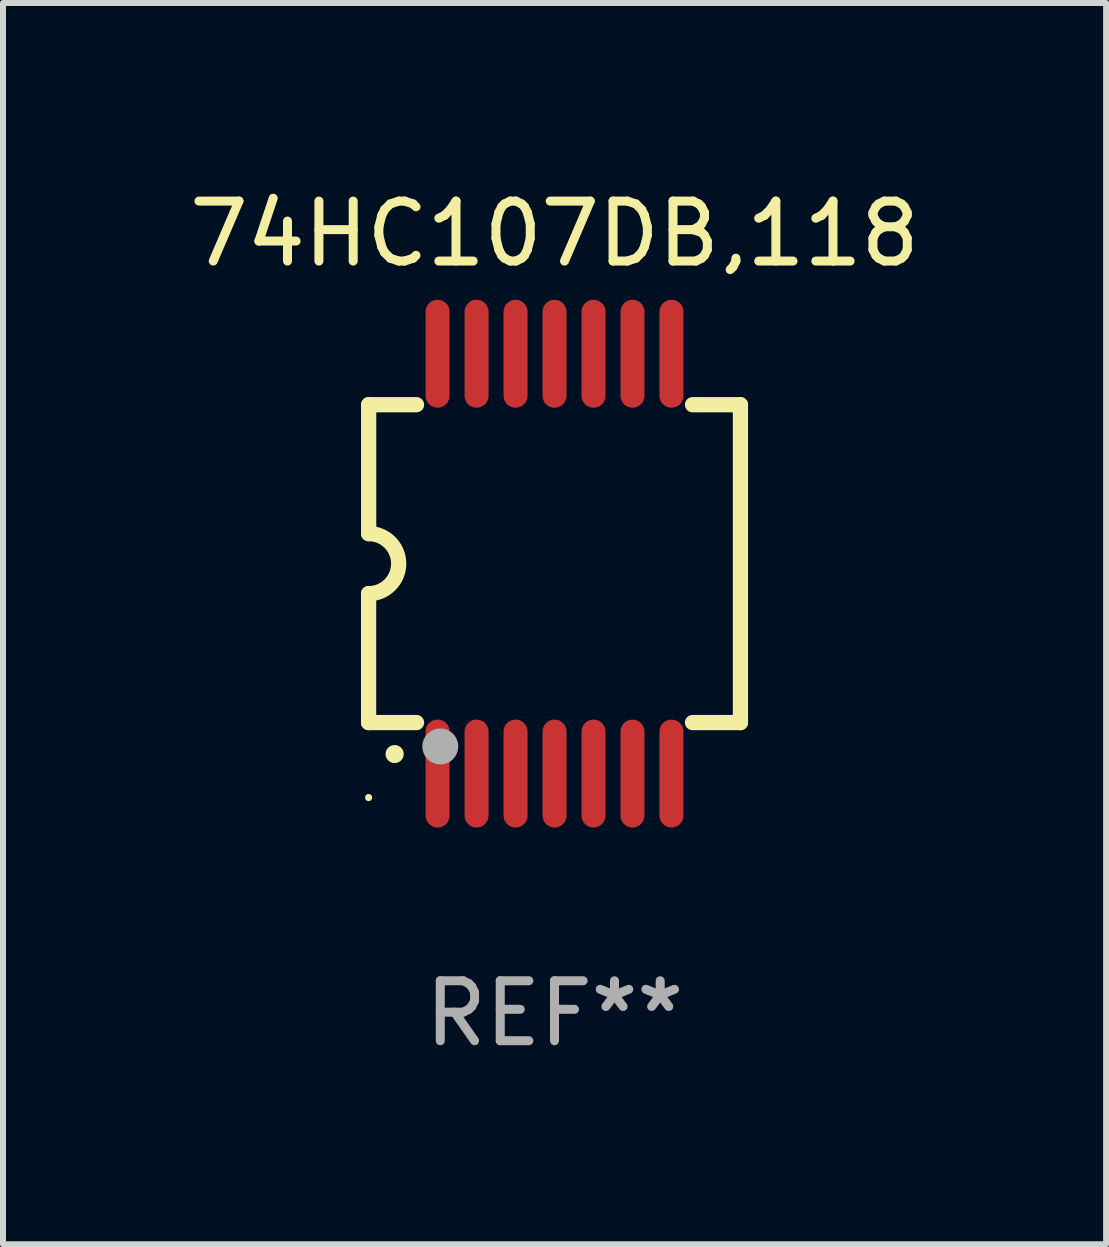
<source format=kicad_pcb>
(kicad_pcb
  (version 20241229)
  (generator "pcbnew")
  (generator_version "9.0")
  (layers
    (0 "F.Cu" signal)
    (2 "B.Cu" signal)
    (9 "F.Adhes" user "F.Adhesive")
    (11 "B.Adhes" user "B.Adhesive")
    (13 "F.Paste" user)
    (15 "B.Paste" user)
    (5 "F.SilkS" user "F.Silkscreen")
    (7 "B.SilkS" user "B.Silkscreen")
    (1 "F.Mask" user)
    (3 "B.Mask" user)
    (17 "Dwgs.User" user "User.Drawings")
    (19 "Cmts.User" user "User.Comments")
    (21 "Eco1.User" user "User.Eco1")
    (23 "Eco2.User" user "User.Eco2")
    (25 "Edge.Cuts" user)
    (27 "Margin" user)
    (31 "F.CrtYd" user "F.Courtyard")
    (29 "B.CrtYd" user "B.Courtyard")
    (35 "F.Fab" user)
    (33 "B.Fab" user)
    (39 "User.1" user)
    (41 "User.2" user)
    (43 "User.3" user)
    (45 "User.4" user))
  (footprint "74HC107DB,118"
    (layer "F.Cu")
    (at 6.196 6.348)
    (property "Reference" "74HC107DB,118" (at 0 -5.5 0) (layer "F.SilkS") (effects (font (size 1 1) (thickness 0.15))))
    (attr through_hole)
    (fp_line (start -3.1 2.65) (end -3.1 0.5) (stroke (width 0.254) (type solid)) (layer "F.SilkS"))
    (fp_line (start -3.099 -2.65) (end -2.301 -2.65) (stroke (width 0.254) (type solid)) (layer "F.SilkS"))
    (fp_line (start -3.099 -0.5) (end -3.099 -2.65) (stroke (width 0.254) (type solid)) (layer "F.SilkS"))
    (fp_line (start -2.301 2.65) (end -3.1 2.65) (stroke (width 0.254) (type solid)) (layer "F.SilkS"))
    (fp_line (start 2.301 -2.65) (end 3.1 -2.65) (stroke (width 0.254) (type solid)) (layer "F.SilkS"))
    (fp_line (start 3.1 -2.65) (end 3.1 2.65) (stroke (width 0.254) (type solid)) (layer "F.SilkS"))
    (fp_line (start 3.1 2.65) (end 2.301 2.65) (stroke (width 0.254) (type solid)) (layer "F.SilkS"))
    (fp_arc (start -3.098806 -0.500381) (mid -2.598806 0) (end -3.098806 0.500381) (stroke (width 0.254001) (type solid)) (layer "F.SilkS"))
    (fp_arc (start -2.667005 3.175006) (mid -2.665735 3.175001) (end -2.664465 3.175006) (stroke (width 0.3) (type solid)) (layer "F.SilkS"))
    (fp_circle (center -3.1 3.9) (end -3.07 3.9) (stroke (width 0.06) (type solid)) (fill no) (layer "F.SilkS"))
    (fp_circle (center -1.905 3.048) (end -1.755 3.048) (stroke (width 0.3) (type solid)) (fill no) (layer "F.Fab"))
    (fp_text user "REF**" (at 0 7.5 0) (layer "F.Fab") (effects (font (size 1 1) (thickness 0.15))))
    (pad "1" smd oval (at -1.95 3.5 270) (size 1.8 0.4) (layers "F.Cu" "F.Mask" "F.Paste"))
    (pad "2" smd oval (at -1.3 3.5 270) (size 1.8 0.4) (layers "F.Cu" "F.Mask" "F.Paste"))
    (pad "3" smd oval (at -0.65 3.5 270) (size 1.8 0.4) (layers "F.Cu" "F.Mask" "F.Paste"))
    (pad "4" smd oval (at 0 3.5 270) (size 1.8 0.4) (layers "F.Cu" "F.Mask" "F.Paste"))
    (pad "5" smd oval (at 0.65 3.5 270) (size 1.8 0.4) (layers "F.Cu" "F.Mask" "F.Paste"))
    (pad "6" smd oval (at 1.3 3.5 270) (size 1.8 0.4) (layers "F.Cu" "F.Mask" "F.Paste"))
    (pad "7" smd oval (at 1.95 3.5 270) (size 1.8 0.4) (layers "F.Cu" "F.Mask" "F.Paste"))
    (pad "8" smd oval (at 1.95 -3.5 90) (size 1.8 0.4) (layers "F.Cu" "F.Mask" "F.Paste"))
    (pad "9" smd oval (at 1.3 -3.5 90) (size 1.8 0.4) (layers "F.Cu" "F.Mask" "F.Paste"))
    (pad "10" smd oval (at 0.65 -3.5 90) (size 1.8 0.4) (layers "F.Cu" "F.Mask" "F.Paste"))
    (pad "11" smd oval (at 0 -3.5 90) (size 1.8 0.4) (layers "F.Cu" "F.Mask" "F.Paste"))
    (pad "12" smd oval (at -0.65 -3.5 90) (size 1.8 0.4) (layers "F.Cu" "F.Mask" "F.Paste"))
    (pad "13" smd oval (at -1.3 -3.5 90) (size 1.8 0.4) (layers "F.Cu" "F.Mask" "F.Paste"))
    (pad "14" smd oval (at -1.95 -3.5 90) (size 1.8 0.4) (layers "F.Cu" "F.Mask" "F.Paste")))
  (gr_rect
    (start -3 -3)
    (end 15.393 17.697)
    (stroke (width 0.1) (type default))
    (fill no)
    (layer "Edge.Cuts")))
</source>
